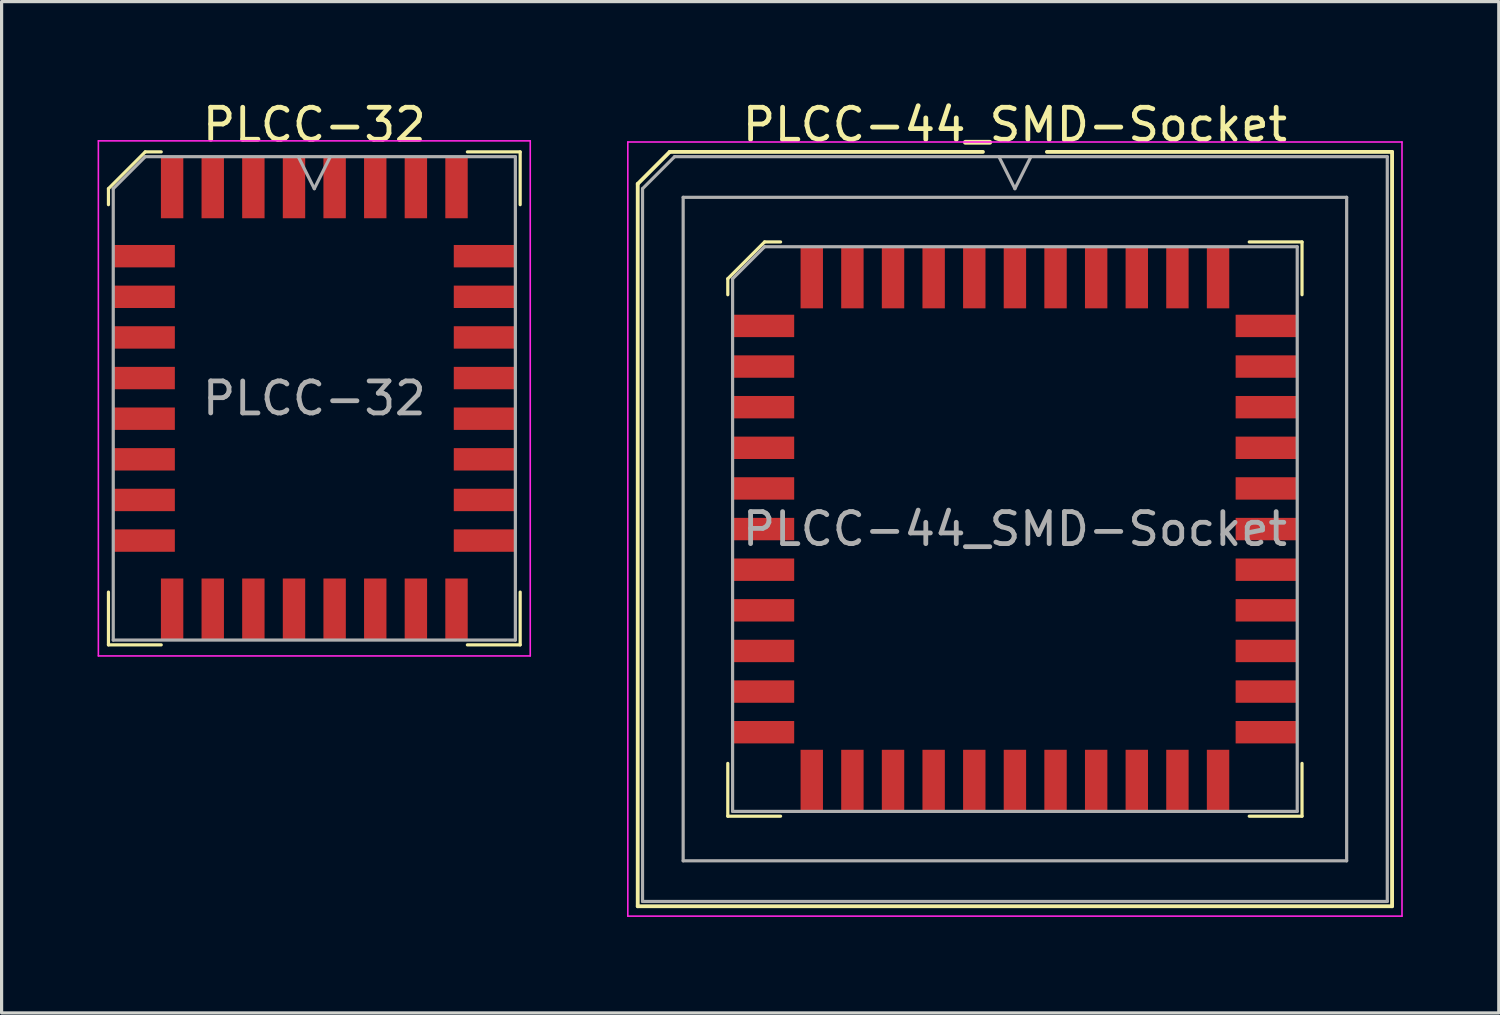
<source format=kicad_pcb>
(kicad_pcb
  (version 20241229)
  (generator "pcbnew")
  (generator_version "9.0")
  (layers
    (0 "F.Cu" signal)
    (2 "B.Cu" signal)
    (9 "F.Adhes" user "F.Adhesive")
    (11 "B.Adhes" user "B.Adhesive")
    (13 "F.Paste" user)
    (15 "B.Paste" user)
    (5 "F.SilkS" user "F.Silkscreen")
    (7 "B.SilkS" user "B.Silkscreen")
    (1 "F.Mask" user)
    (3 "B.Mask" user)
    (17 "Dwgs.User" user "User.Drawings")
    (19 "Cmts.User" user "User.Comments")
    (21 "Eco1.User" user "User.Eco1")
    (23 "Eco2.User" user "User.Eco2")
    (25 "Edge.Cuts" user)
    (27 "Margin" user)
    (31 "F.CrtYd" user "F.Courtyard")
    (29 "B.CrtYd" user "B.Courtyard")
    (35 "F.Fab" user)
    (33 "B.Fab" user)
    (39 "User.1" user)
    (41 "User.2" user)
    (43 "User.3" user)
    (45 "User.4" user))
  (footprint "PLCC-44_SMD-Socket"
    (layer "F.Cu")
    (at 28.675 13.488)
    (property "Reference" "PLCC-44_SMD-Socket" (at 0 -12.64 0) (layer "F.SilkS") (effects (font (size 1 1) (thickness 0.15))))
    (attr smd)
    (fp_line (start -11.79 -10.79) (end -11.79 11.79) (stroke (width 0.12) (type solid)) (layer "F.SilkS"))
    (fp_line (start -11.79 11.79) (end 11.79 11.79) (stroke (width 0.12) (type solid)) (layer "F.SilkS"))
    (fp_line (start -10.79 -11.79) (end -11.79 -10.79) (stroke (width 0.12) (type solid)) (layer "F.SilkS"))
    (fp_line (start -8.975 -7.825) (end -8.975 -7.325) (stroke (width 0.1) (type solid)) (layer "F.SilkS"))
    (fp_line (start -8.975 8.975) (end -8.975 7.325) (stroke (width 0.1) (type solid)) (layer "F.SilkS"))
    (fp_line (start -7.825 -8.975) (end -8.975 -7.825) (stroke (width 0.1) (type solid)) (layer "F.SilkS"))
    (fp_line (start -7.325 -8.975) (end -7.825 -8.975) (stroke (width 0.1) (type solid)) (layer "F.SilkS"))
    (fp_line (start -7.325 8.975) (end -8.975 8.975) (stroke (width 0.1) (type solid)) (layer "F.SilkS"))
    (fp_line (start -1 -11.79) (end -10.79 -11.79) (stroke (width 0.12) (type solid)) (layer "F.SilkS"))
    (fp_line (start 7.325 -8.975) (end 8.975 -8.975) (stroke (width 0.1) (type solid)) (layer "F.SilkS"))
    (fp_line (start 7.325 8.975) (end 8.975 8.975) (stroke (width 0.1) (type solid)) (layer "F.SilkS"))
    (fp_line (start 8.975 -8.975) (end 8.975 -7.325) (stroke (width 0.1) (type solid)) (layer "F.SilkS"))
    (fp_line (start 8.975 8.975) (end 8.975 7.325) (stroke (width 0.1) (type solid)) (layer "F.SilkS"))
    (fp_line (start 11.79 -11.79) (end 1 -11.79) (stroke (width 0.12) (type solid)) (layer "F.SilkS"))
    (fp_line (start 11.79 11.79) (end 11.79 -11.79) (stroke (width 0.12) (type solid)) (layer "F.SilkS"))
    (fp_line (start -12.1 -12.1) (end -12.1 12.1) (stroke (width 0.05) (type solid)) (layer "F.CrtYd"))
    (fp_line (start -12.1 12.1) (end 12.1 12.1) (stroke (width 0.05) (type solid)) (layer "F.CrtYd"))
    (fp_line (start 12.1 -12.1) (end -12.1 -12.1) (stroke (width 0.05) (type solid)) (layer "F.CrtYd"))
    (fp_line (start 12.1 12.1) (end 12.1 -12.1) (stroke (width 0.05) (type solid)) (layer "F.CrtYd"))
    (fp_line (start -11.64 -10.64) (end -11.64 11.64) (stroke (width 0.1) (type solid)) (layer "F.Fab"))
    (fp_line (start -11.64 11.64) (end 11.64 11.64) (stroke (width 0.1) (type solid)) (layer "F.Fab"))
    (fp_line (start -10.64 -11.64) (end -11.64 -10.64) (stroke (width 0.1) (type solid)) (layer "F.Fab"))
    (fp_line (start -10.37 -10.37) (end -10.37 10.37) (stroke (width 0.1) (type solid)) (layer "F.Fab"))
    (fp_line (start -10.37 10.37) (end 10.37 10.37) (stroke (width 0.1) (type solid)) (layer "F.Fab"))
    (fp_line (start -8.825 -7.825) (end -8.825 8.825) (stroke (width 0.1) (type solid)) (layer "F.Fab"))
    (fp_line (start -8.825 8.825) (end 8.825 8.825) (stroke (width 0.1) (type solid)) (layer "F.Fab"))
    (fp_line (start -7.825 -8.825) (end -8.825 -7.825) (stroke (width 0.1) (type solid)) (layer "F.Fab"))
    (fp_line (start -0.5 -11.64) (end 0 -10.64) (stroke (width 0.1) (type solid)) (layer "F.Fab"))
    (fp_line (start 0 -10.64) (end 0.5 -11.64) (stroke (width 0.1) (type solid)) (layer "F.Fab"))
    (fp_line (start 8.825 -8.825) (end -7.825 -8.825) (stroke (width 0.1) (type solid)) (layer "F.Fab"))
    (fp_line (start 8.825 8.825) (end 8.825 -8.825) (stroke (width 0.1) (type solid)) (layer "F.Fab"))
    (fp_line (start 10.37 -10.37) (end -10.37 -10.37) (stroke (width 0.1) (type solid)) (layer "F.Fab"))
    (fp_line (start 10.37 10.37) (end 10.37 -10.37) (stroke (width 0.1) (type solid)) (layer "F.Fab"))
    (fp_line (start 11.64 -11.64) (end -10.64 -11.64) (stroke (width 0.1) (type solid)) (layer "F.Fab"))
    (fp_line (start 11.64 11.64) (end 11.64 -11.64) (stroke (width 0.1) (type solid)) (layer "F.Fab"))
    (fp_text user "${REFERENCE}" (at 0 0 0) (layer "F.Fab") (effects (font (size 1 1) (thickness 0.15))))
    (pad "1" smd rect (at 0 -7.862) (size 0.7 1.925) (layers "F.Cu" "F.Mask" "F.Paste"))
    (pad "2" smd rect (at -1.27 -7.862) (size 0.7 1.925) (layers "F.Cu" "F.Mask" "F.Paste"))
    (pad "3" smd rect (at -2.54 -7.862) (size 0.7 1.925) (layers "F.Cu" "F.Mask" "F.Paste"))
    (pad "4" smd rect (at -3.81 -7.862) (size 0.7 1.925) (layers "F.Cu" "F.Mask" "F.Paste"))
    (pad "5" smd rect (at -5.08 -7.862) (size 0.7 1.925) (layers "F.Cu" "F.Mask" "F.Paste"))
    (pad "6" smd rect (at -6.35 -7.862) (size 0.7 1.925) (layers "F.Cu" "F.Mask" "F.Paste"))
    (pad "7" smd rect (at -7.862 -6.35) (size 1.925 0.7) (layers "F.Cu" "F.Mask" "F.Paste"))
    (pad "8" smd rect (at -7.862 -5.08) (size 1.925 0.7) (layers "F.Cu" "F.Mask" "F.Paste"))
    (pad "9" smd rect (at -7.862 -3.81) (size 1.925 0.7) (layers "F.Cu" "F.Mask" "F.Paste"))
    (pad "10" smd rect (at -7.862 -2.54) (size 1.925 0.7) (layers "F.Cu" "F.Mask" "F.Paste"))
    (pad "11" smd rect (at -7.862 -1.27) (size 1.925 0.7) (layers "F.Cu" "F.Mask" "F.Paste"))
    (pad "12" smd rect (at -7.862 0) (size 1.925 0.7) (layers "F.Cu" "F.Mask" "F.Paste"))
    (pad "13" smd rect (at -7.862 1.27) (size 1.925 0.7) (layers "F.Cu" "F.Mask" "F.Paste"))
    (pad "14" smd rect (at -7.862 2.54) (size 1.925 0.7) (layers "F.Cu" "F.Mask" "F.Paste"))
    (pad "15" smd rect (at -7.862 3.81) (size 1.925 0.7) (layers "F.Cu" "F.Mask" "F.Paste"))
    (pad "16" smd rect (at -7.862 5.08) (size 1.925 0.7) (layers "F.Cu" "F.Mask" "F.Paste"))
    (pad "17" smd rect (at -7.862 6.35) (size 1.925 0.7) (layers "F.Cu" "F.Mask" "F.Paste"))
    (pad "18" smd rect (at -6.35 7.862) (size 0.7 1.925) (layers "F.Cu" "F.Mask" "F.Paste"))
    (pad "19" smd rect (at -5.08 7.862) (size 0.7 1.925) (layers "F.Cu" "F.Mask" "F.Paste"))
    (pad "20" smd rect (at -3.81 7.862) (size 0.7 1.925) (layers "F.Cu" "F.Mask" "F.Paste"))
    (pad "21" smd rect (at -2.54 7.862) (size 0.7 1.925) (layers "F.Cu" "F.Mask" "F.Paste"))
    (pad "22" smd rect (at -1.27 7.862) (size 0.7 1.925) (layers "F.Cu" "F.Mask" "F.Paste"))
    (pad "23" smd rect (at 0 7.862) (size 0.7 1.925) (layers "F.Cu" "F.Mask" "F.Paste"))
    (pad "24" smd rect (at 1.27 7.862) (size 0.7 1.925) (layers "F.Cu" "F.Mask" "F.Paste"))
    (pad "25" smd rect (at 2.54 7.862) (size 0.7 1.925) (layers "F.Cu" "F.Mask" "F.Paste"))
    (pad "26" smd rect (at 3.81 7.862) (size 0.7 1.925) (layers "F.Cu" "F.Mask" "F.Paste"))
    (pad "27" smd rect (at 5.08 7.862) (size 0.7 1.925) (layers "F.Cu" "F.Mask" "F.Paste"))
    (pad "28" smd rect (at 6.35 7.862) (size 0.7 1.925) (layers "F.Cu" "F.Mask" "F.Paste"))
    (pad "29" smd rect (at 7.862 6.35) (size 1.925 0.7) (layers "F.Cu" "F.Mask" "F.Paste"))
    (pad "30" smd rect (at 7.862 5.08) (size 1.925 0.7) (layers "F.Cu" "F.Mask" "F.Paste"))
    (pad "31" smd rect (at 7.862 3.81) (size 1.925 0.7) (layers "F.Cu" "F.Mask" "F.Paste"))
    (pad "32" smd rect (at 7.862 2.54) (size 1.925 0.7) (layers "F.Cu" "F.Mask" "F.Paste"))
    (pad "33" smd rect (at 7.862 1.27) (size 1.925 0.7) (layers "F.Cu" "F.Mask" "F.Paste"))
    (pad "34" smd rect (at 7.862 0) (size 1.925 0.7) (layers "F.Cu" "F.Mask" "F.Paste"))
    (pad "35" smd rect (at 7.862 -1.27) (size 1.925 0.7) (layers "F.Cu" "F.Mask" "F.Paste"))
    (pad "36" smd rect (at 7.862 -2.54) (size 1.925 0.7) (layers "F.Cu" "F.Mask" "F.Paste"))
    (pad "37" smd rect (at 7.862 -3.81) (size 1.925 0.7) (layers "F.Cu" "F.Mask" "F.Paste"))
    (pad "38" smd rect (at 7.862 -5.08) (size 1.925 0.7) (layers "F.Cu" "F.Mask" "F.Paste"))
    (pad "39" smd rect (at 7.862 -6.35) (size 1.925 0.7) (layers "F.Cu" "F.Mask" "F.Paste"))
    (pad "40" smd rect (at 6.35 -7.862) (size 0.7 1.925) (layers "F.Cu" "F.Mask" "F.Paste"))
    (pad "41" smd rect (at 5.08 -7.862) (size 0.7 1.925) (layers "F.Cu" "F.Mask" "F.Paste"))
    (pad "42" smd rect (at 3.81 -7.862) (size 0.7 1.925) (layers "F.Cu" "F.Mask" "F.Paste"))
    (pad "43" smd rect (at 2.54 -7.862) (size 0.7 1.925) (layers "F.Cu" "F.Mask" "F.Paste"))
    (pad "44" smd rect (at 1.27 -7.862) (size 0.7 1.925) (layers "F.Cu" "F.Mask" "F.Paste")))
  (footprint "PLCC-32"
    (layer "F.Cu")
    (at 6.775 9.403)
    (property "Reference" "PLCC-32" (at 0 -8.555 0) (layer "F.SilkS") (effects (font (size 1 1) (thickness 0.15))))
    (attr smd)
    (fp_line (start -6.435 -6.555) (end -6.435 -6.055) (stroke (width 0.1) (type solid)) (layer "F.SilkS"))
    (fp_line (start -6.435 7.705) (end -6.435 6.055) (stroke (width 0.1) (type solid)) (layer "F.SilkS"))
    (fp_line (start -5.285 -7.705) (end -6.435 -6.555) (stroke (width 0.1) (type solid)) (layer "F.SilkS"))
    (fp_line (start -4.785 -7.705) (end -5.285 -7.705) (stroke (width 0.1) (type solid)) (layer "F.SilkS"))
    (fp_line (start -4.785 7.705) (end -6.435 7.705) (stroke (width 0.1) (type solid)) (layer "F.SilkS"))
    (fp_line (start 4.785 -7.705) (end 6.435 -7.705) (stroke (width 0.1) (type solid)) (layer "F.SilkS"))
    (fp_line (start 4.785 7.705) (end 6.435 7.705) (stroke (width 0.1) (type solid)) (layer "F.SilkS"))
    (fp_line (start 6.435 -7.705) (end 6.435 -6.055) (stroke (width 0.1) (type solid)) (layer "F.SilkS"))
    (fp_line (start 6.435 7.705) (end 6.435 6.055) (stroke (width 0.1) (type solid)) (layer "F.SilkS"))
    (fp_line (start -6.75 -8.05) (end -6.75 8.05) (stroke (width 0.05) (type solid)) (layer "F.CrtYd"))
    (fp_line (start -6.75 8.05) (end 6.75 8.05) (stroke (width 0.05) (type solid)) (layer "F.CrtYd"))
    (fp_line (start 6.75 -8.05) (end -6.75 -8.05) (stroke (width 0.05) (type solid)) (layer "F.CrtYd"))
    (fp_line (start 6.75 8.05) (end 6.75 -8.05) (stroke (width 0.05) (type solid)) (layer "F.CrtYd"))
    (fp_line (start -6.285 -6.555) (end -6.285 7.555) (stroke (width 0.1) (type solid)) (layer "F.Fab"))
    (fp_line (start -6.285 7.555) (end 6.285 7.555) (stroke (width 0.1) (type solid)) (layer "F.Fab"))
    (fp_line (start -5.285 -7.555) (end -6.285 -6.555) (stroke (width 0.1) (type solid)) (layer "F.Fab"))
    (fp_line (start -0.5 -7.555) (end 0 -6.555) (stroke (width 0.1) (type solid)) (layer "F.Fab"))
    (fp_line (start 0 -6.555) (end 0.5 -7.555) (stroke (width 0.1) (type solid)) (layer "F.Fab"))
    (fp_line (start 6.285 -7.555) (end -5.285 -7.555) (stroke (width 0.1) (type solid)) (layer "F.Fab"))
    (fp_line (start 6.285 7.555) (end 6.285 -7.555) (stroke (width 0.1) (type solid)) (layer "F.Fab"))
    (fp_text user "${REFERENCE}" (at 0 0 0) (layer "F.Fab") (effects (font (size 1 1) (thickness 0.15))))
    (pad "1" smd rect (at -0.635 -6.593) (size 0.7 1.925) (layers "F.Cu" "F.Mask" "F.Paste"))
    (pad "2" smd rect (at -1.905 -6.593) (size 0.7 1.925) (layers "F.Cu" "F.Mask" "F.Paste"))
    (pad "3" smd rect (at -3.175 -6.593) (size 0.7 1.925) (layers "F.Cu" "F.Mask" "F.Paste"))
    (pad "4" smd rect (at -4.445 -6.593) (size 0.7 1.925) (layers "F.Cu" "F.Mask" "F.Paste"))
    (pad "5" smd rect (at -5.322 -4.445) (size 1.925 0.7) (layers "F.Cu" "F.Mask" "F.Paste"))
    (pad "6" smd rect (at -5.322 -3.175) (size 1.925 0.7) (layers "F.Cu" "F.Mask" "F.Paste"))
    (pad "7" smd rect (at -5.322 -1.905) (size 1.925 0.7) (layers "F.Cu" "F.Mask" "F.Paste"))
    (pad "8" smd rect (at -5.322 -0.635) (size 1.925 0.7) (layers "F.Cu" "F.Mask" "F.Paste"))
    (pad "9" smd rect (at -5.322 0.635) (size 1.925 0.7) (layers "F.Cu" "F.Mask" "F.Paste"))
    (pad "10" smd rect (at -5.322 1.905) (size 1.925 0.7) (layers "F.Cu" "F.Mask" "F.Paste"))
    (pad "11" smd rect (at -5.322 3.175) (size 1.925 0.7) (layers "F.Cu" "F.Mask" "F.Paste"))
    (pad "12" smd rect (at -5.322 4.445) (size 1.925 0.7) (layers "F.Cu" "F.Mask" "F.Paste"))
    (pad "13" smd rect (at -4.445 6.593) (size 0.7 1.925) (layers "F.Cu" "F.Mask" "F.Paste"))
    (pad "14" smd rect (at -3.175 6.593) (size 0.7 1.925) (layers "F.Cu" "F.Mask" "F.Paste"))
    (pad "15" smd rect (at -1.905 6.593) (size 0.7 1.925) (layers "F.Cu" "F.Mask" "F.Paste"))
    (pad "16" smd rect (at -0.635 6.593) (size 0.7 1.925) (layers "F.Cu" "F.Mask" "F.Paste"))
    (pad "17" smd rect (at 0.635 6.593) (size 0.7 1.925) (layers "F.Cu" "F.Mask" "F.Paste"))
    (pad "18" smd rect (at 1.905 6.593) (size 0.7 1.925) (layers "F.Cu" "F.Mask" "F.Paste"))
    (pad "19" smd rect (at 3.175 6.593) (size 0.7 1.925) (layers "F.Cu" "F.Mask" "F.Paste"))
    (pad "20" smd rect (at 4.445 6.593) (size 0.7 1.925) (layers "F.Cu" "F.Mask" "F.Paste"))
    (pad "21" smd rect (at 5.322 4.445) (size 1.925 0.7) (layers "F.Cu" "F.Mask" "F.Paste"))
    (pad "22" smd rect (at 5.322 3.175) (size 1.925 0.7) (layers "F.Cu" "F.Mask" "F.Paste"))
    (pad "23" smd rect (at 5.322 1.905) (size 1.925 0.7) (layers "F.Cu" "F.Mask" "F.Paste"))
    (pad "24" smd rect (at 5.322 0.635) (size 1.925 0.7) (layers "F.Cu" "F.Mask" "F.Paste"))
    (pad "25" smd rect (at 5.322 -0.635) (size 1.925 0.7) (layers "F.Cu" "F.Mask" "F.Paste"))
    (pad "26" smd rect (at 5.322 -1.905) (size 1.925 0.7) (layers "F.Cu" "F.Mask" "F.Paste"))
    (pad "27" smd rect (at 5.322 -3.175) (size 1.925 0.7) (layers "F.Cu" "F.Mask" "F.Paste"))
    (pad "28" smd rect (at 5.322 -4.445) (size 1.925 0.7) (layers "F.Cu" "F.Mask" "F.Paste"))
    (pad "29" smd rect (at 4.445 -6.593) (size 0.7 1.925) (layers "F.Cu" "F.Mask" "F.Paste"))
    (pad "30" smd rect (at 3.175 -6.593) (size 0.7 1.925) (layers "F.Cu" "F.Mask" "F.Paste"))
    (pad "31" smd rect (at 1.905 -6.593) (size 0.7 1.925) (layers "F.Cu" "F.Mask" "F.Paste"))
    (pad "32" smd rect (at 0.635 -6.593) (size 0.7 1.925) (layers "F.Cu" "F.Mask" "F.Paste")))
  (gr_rect
    (start -3 -3)
    (end 43.8 28.613)
    (stroke (width 0.1) (type default))
    (fill no)
    (layer "Edge.Cuts")))
</source>
